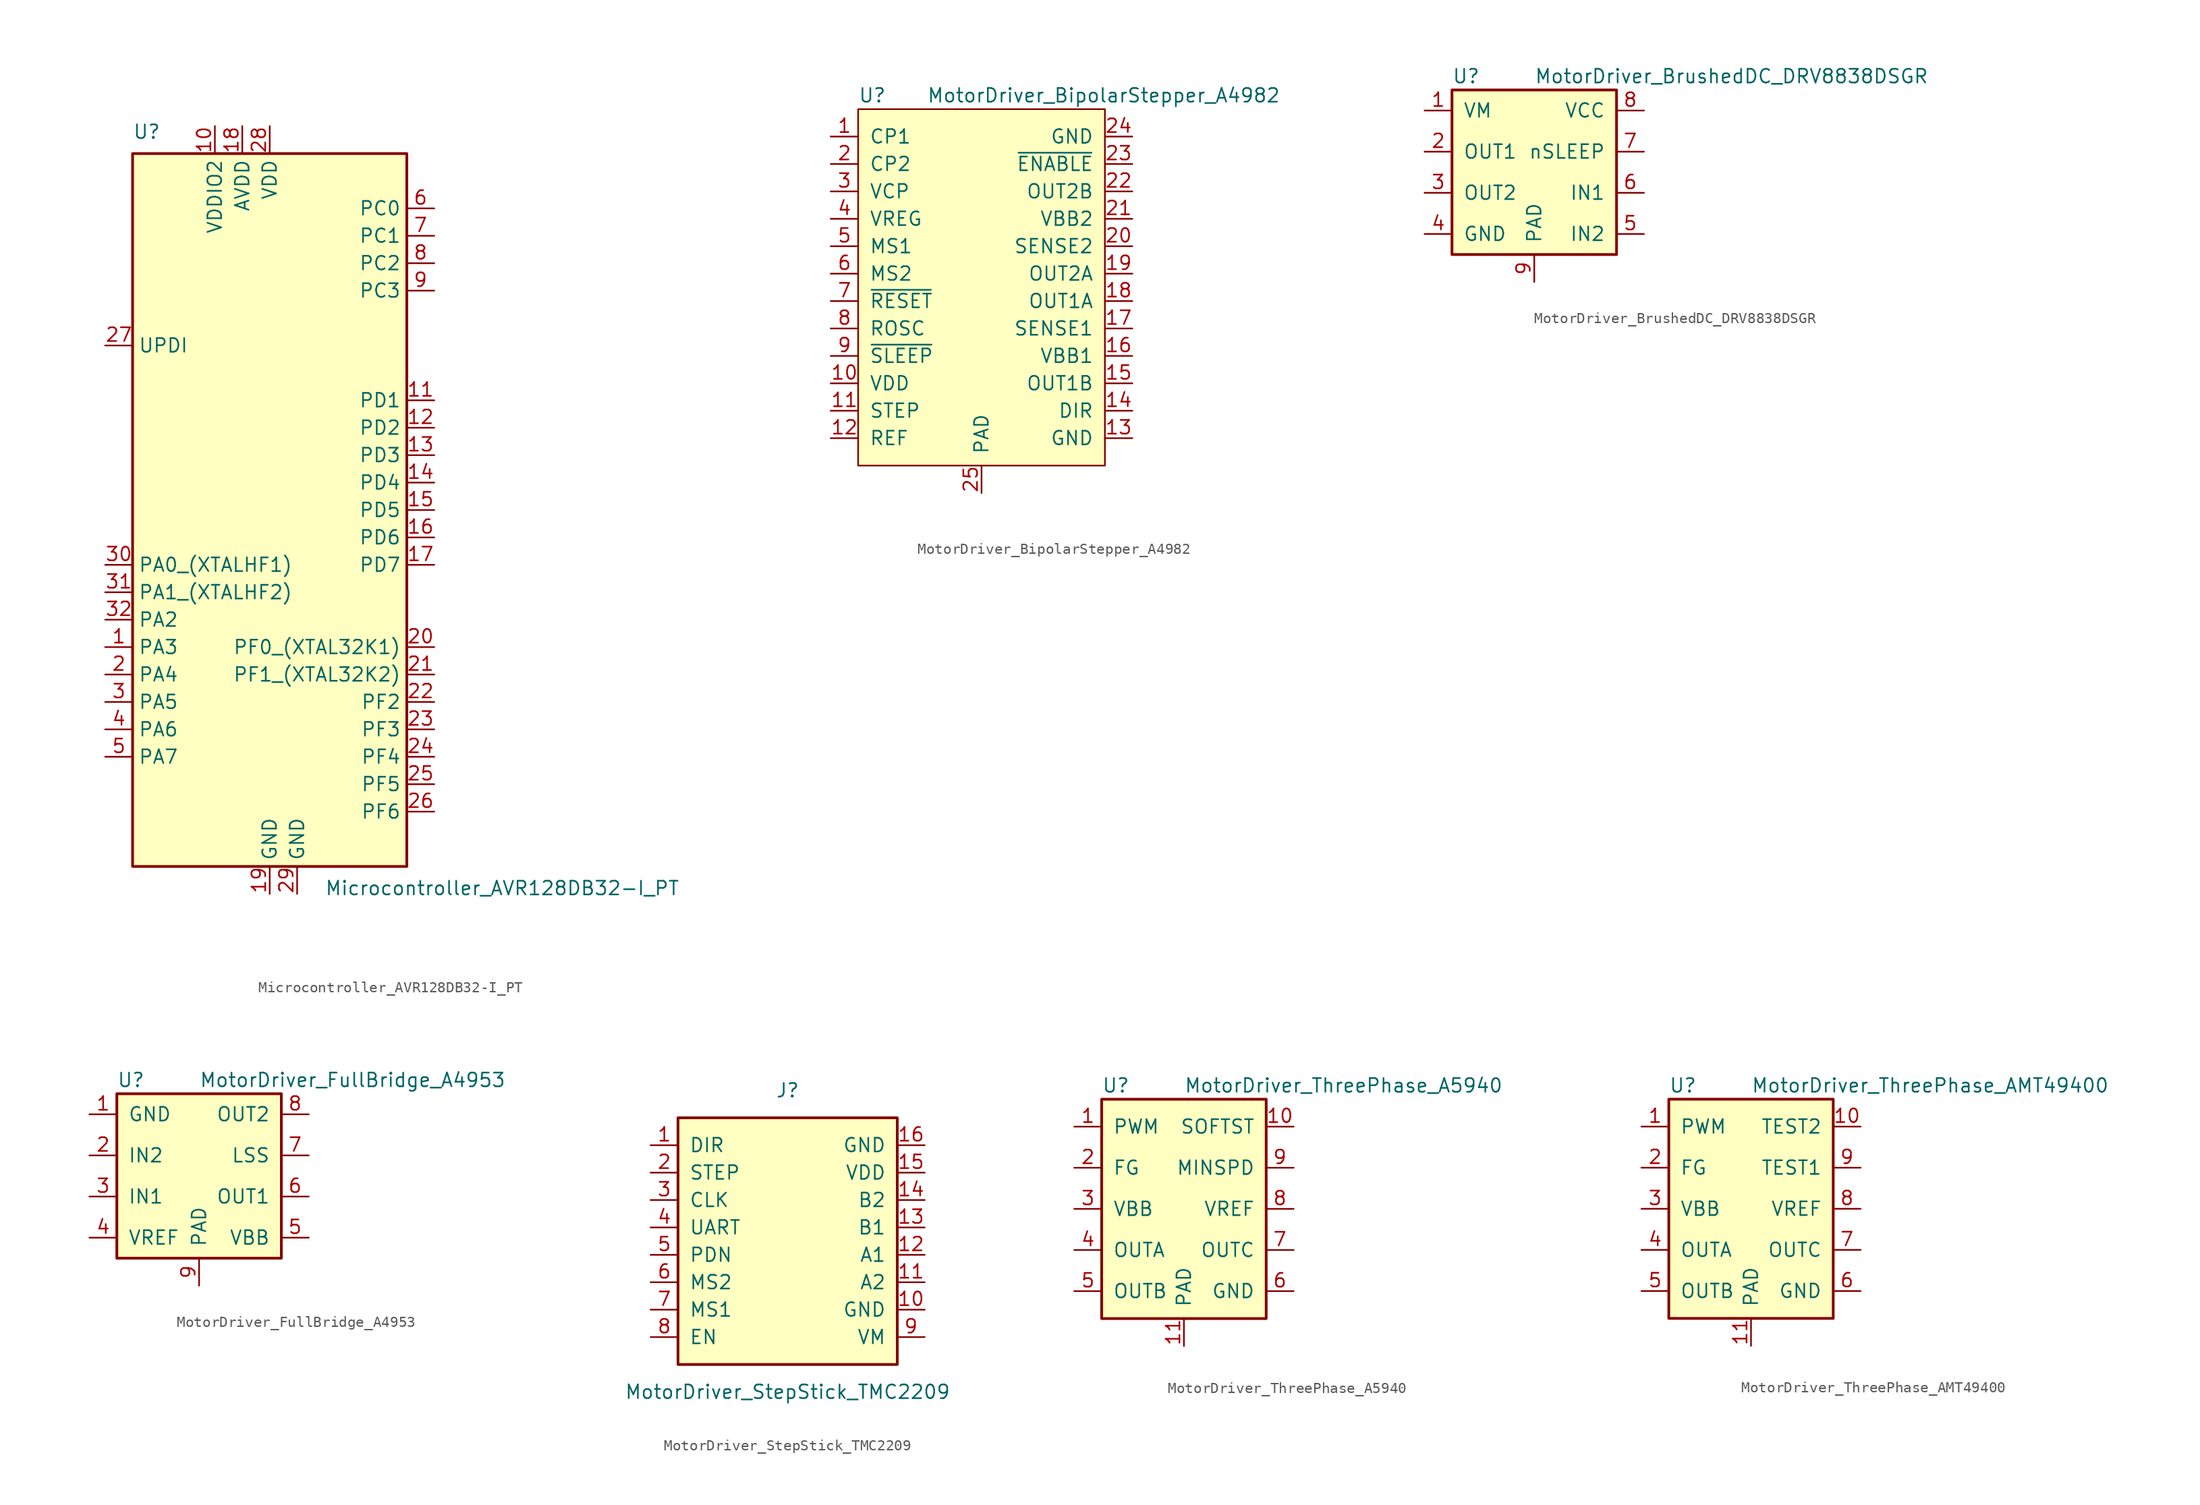
<source format=kicad_sym>
(kicad_symbol_lib
  (version 20220914)
  (generator kicad_symbol_editor)
  (symbol "Microcontroller_AVR128DB32-I_PT"
    (property "Reference" "U"
      (at -12.7 34.29 0)
      (effects (font (size 1.27 1.27)) (justify left bottom)))
    (property "Value" "Microcontroller_AVR128DB32-I_PT"
      (at 5.08 -34.29 0)
      (effects (font (size 1.27 1.27)) (justify left top)))
    (symbol "Microcontroller_AVR128DB32-I_PT_0_1"
      (rectangle (start -12.7 -33.02) (end 12.7 33.02) (stroke (width 0.254) (type solid)) (fill (type background))))
    (symbol "Microcontroller_AVR128DB32-I_PT_1_1"
      (pin bidirectional line (at -15.24 -12.7 0) (length 2.54) (name "PA3" (effects (font (size 1.27 1.27)))) (number "1" (effects (font (size 1.27 1.27)))))
      (pin power_in line (at -5.08 35.56 270) (length 2.54) (name "VDDIO2" (effects (font (size 1.27 1.27)))) (number "10" (effects (font (size 1.27 1.27)))))
      (pin bidirectional line (at 15.24 10.16 180) (length 2.54) (name "PD1" (effects (font (size 1.27 1.27)))) (number "11" (effects (font (size 1.27 1.27)))))
      (pin bidirectional line (at 15.24 7.62 180) (length 2.54) (name "PD2" (effects (font (size 1.27 1.27)))) (number "12" (effects (font (size 1.27 1.27)))))
      (pin bidirectional line (at 15.24 5.08 180) (length 2.54) (name "PD3" (effects (font (size 1.27 1.27)))) (number "13" (effects (font (size 1.27 1.27)))))
      (pin bidirectional line (at 15.24 2.54 180) (length 2.54) (name "PD4" (effects (font (size 1.27 1.27)))) (number "14" (effects (font (size 1.27 1.27)))))
      (pin bidirectional line (at 15.24 0 180) (length 2.54) (name "PD5" (effects (font (size 1.27 1.27)))) (number "15" (effects (font (size 1.27 1.27)))))
      (pin bidirectional line (at 15.24 -2.54 180) (length 2.54) (name "PD6" (effects (font (size 1.27 1.27)))) (number "16" (effects (font (size 1.27 1.27)))))
      (pin bidirectional line (at 15.24 -5.08 180) (length 2.54) (name "PD7" (effects (font (size 1.27 1.27)))) (number "17" (effects (font (size 1.27 1.27)))))
      (pin power_in line (at -2.54 35.56 270) (length 2.54) (name "AVDD" (effects (font (size 1.27 1.27)))) (number "18" (effects (font (size 1.27 1.27)))))
      (pin power_in line (at 0 -35.56 90) (length 2.54) (name "GND" (effects (font (size 1.27 1.27)))) (number "19" (effects (font (size 1.27 1.27)))))
      (pin bidirectional line (at -15.24 -15.24 0) (length 2.54) (name "PA4" (effects (font (size 1.27 1.27)))) (number "2" (effects (font (size 1.27 1.27)))))
      (pin bidirectional line (at 15.24 -12.7 180) (length 2.54) (name "PF0_(XTAL32K1)" (effects (font (size 1.27 1.27)))) (number "20" (effects (font (size 1.27 1.27)))))
      (pin bidirectional line (at 15.24 -15.24 180) (length 2.54) (name "PF1_(XTAL32K2)" (effects (font (size 1.27 1.27)))) (number "21" (effects (font (size 1.27 1.27)))))
      (pin bidirectional line (at 15.24 -17.78 180) (length 2.54) (name "PF2" (effects (font (size 1.27 1.27)))) (number "22" (effects (font (size 1.27 1.27)))))
      (pin bidirectional line (at 15.24 -20.32 180) (length 2.54) (name "PF3" (effects (font (size 1.27 1.27)))) (number "23" (effects (font (size 1.27 1.27)))))
      (pin bidirectional line (at 15.24 -22.86 180) (length 2.54) (name "PF4" (effects (font (size 1.27 1.27)))) (number "24" (effects (font (size 1.27 1.27)))))
      (pin bidirectional line (at 15.24 -25.4 180) (length 2.54) (name "PF5" (effects (font (size 1.27 1.27)))) (number "25" (effects (font (size 1.27 1.27)))))
      (pin bidirectional line (at 15.24 -27.94 180) (length 2.54) (name "PF6" (effects (font (size 1.27 1.27)))) (number "26" (effects (font (size 1.27 1.27)))))
      (pin bidirectional line (at -15.24 15.24 0) (length 2.54) (name "UPDI" (effects (font (size 1.27 1.27)))) (number "27" (effects (font (size 1.27 1.27)))))
      (pin power_in line (at 0 35.56 270) (length 2.54) (name "VDD" (effects (font (size 1.27 1.27)))) (number "28" (effects (font (size 1.27 1.27)))))
      (pin power_in line (at 2.54 -35.56 90) (length 2.54) (name "GND" (effects (font (size 1.27 1.27)))) (number "29" (effects (font (size 1.27 1.27)))))
      (pin bidirectional line (at -15.24 -17.78 0) (length 2.54) (name "PA5" (effects (font (size 1.27 1.27)))) (number "3" (effects (font (size 1.27 1.27)))))
      (pin bidirectional line (at -15.24 -5.08 0) (length 2.54) (name "PA0_(XTALHF1)" (effects (font (size 1.27 1.27)))) (number "30" (effects (font (size 1.27 1.27)))))
      (pin bidirectional line (at -15.24 -7.62 0) (length 2.54) (name "PA1_(XTALHF2)" (effects (font (size 1.27 1.27)))) (number "31" (effects (font (size 1.27 1.27)))))
      (pin bidirectional line (at -15.24 -10.16 0) (length 2.54) (name "PA2" (effects (font (size 1.27 1.27)))) (number "32" (effects (font (size 1.27 1.27)))))
      (pin bidirectional line (at -15.24 -20.32 0) (length 2.54) (name "PA6" (effects (font (size 1.27 1.27)))) (number "4" (effects (font (size 1.27 1.27)))))
      (pin bidirectional line (at -15.24 -22.86 0) (length 2.54) (name "PA7" (effects (font (size 1.27 1.27)))) (number "5" (effects (font (size 1.27 1.27)))))
      (pin bidirectional line (at 15.24 27.94 180) (length 2.54) (name "PC0" (effects (font (size 1.27 1.27)))) (number "6" (effects (font (size 1.27 1.27)))))
      (pin bidirectional line (at 15.24 25.4 180) (length 2.54) (name "PC1" (effects (font (size 1.27 1.27)))) (number "7" (effects (font (size 1.27 1.27)))))
      (pin bidirectional line (at 15.24 22.86 180) (length 2.54) (name "PC2" (effects (font (size 1.27 1.27)))) (number "8" (effects (font (size 1.27 1.27)))))
      (pin bidirectional line (at 15.24 20.32 180) (length 2.54) (name "PC3" (effects (font (size 1.27 1.27)))) (number "9" (effects (font (size 1.27 1.27)))))))
  (symbol "MotorDriver_BipolarStepper_A4982"
    (pin_names
      (offset 1.016))
    (property "Reference" "U"
      (at -11.43 17.78 0)
      (effects (font (size 1.27 1.27)) (justify left)))
    (property "Value" "MotorDriver_BipolarStepper_A4982"
      (at -5.08 17.78 0)
      (effects (font (size 1.27 1.27)) (justify left)))
    (symbol "MotorDriver_BipolarStepper_A4982_0_1"
      (rectangle (start -11.43 16.51) (end 11.43 -16.51) (stroke (width 0) (type solid)) (fill (type background))))
    (symbol "MotorDriver_BipolarStepper_A4982_1_1"
      (pin bidirectional line (at -13.97 13.97 0) (length 2.54) (name "CP1" (effects (font (size 1.27 1.27)))) (number "1" (effects (font (size 1.27 1.27)))))
      (pin power_in line (at -13.97 -8.89 0) (length 2.54) (name "VDD" (effects (font (size 1.27 1.27)))) (number "10" (effects (font (size 1.27 1.27)))))
      (pin input line (at -13.97 -11.43 0) (length 2.54) (name "STEP" (effects (font (size 1.27 1.27)))) (number "11" (effects (font (size 1.27 1.27)))))
      (pin input line (at -13.97 -13.97 0) (length 2.54) (name "REF" (effects (font (size 1.27 1.27)))) (number "12" (effects (font (size 1.27 1.27)))))
      (pin power_in line (at 13.97 -13.97 180) (length 2.54) (name "GND" (effects (font (size 1.27 1.27)))) (number "13" (effects (font (size 1.27 1.27)))))
      (pin input line (at 13.97 -11.43 180) (length 2.54) (name "DIR" (effects (font (size 1.27 1.27)))) (number "14" (effects (font (size 1.27 1.27)))))
      (pin output line (at 13.97 -8.89 180) (length 2.54) (name "OUT1B" (effects (font (size 1.27 1.27)))) (number "15" (effects (font (size 1.27 1.27)))))
      (pin power_in line (at 13.97 -6.35 180) (length 2.54) (name "VBB1" (effects (font (size 1.27 1.27)))) (number "16" (effects (font (size 1.27 1.27)))))
      (pin input line (at 13.97 -3.81 180) (length 2.54) (name "SENSE1" (effects (font (size 1.27 1.27)))) (number "17" (effects (font (size 1.27 1.27)))))
      (pin output line (at 13.97 -1.27 180) (length 2.54) (name "OUT1A" (effects (font (size 1.27 1.27)))) (number "18" (effects (font (size 1.27 1.27)))))
      (pin output line (at 13.97 1.27 180) (length 2.54) (name "OUT2A" (effects (font (size 1.27 1.27)))) (number "19" (effects (font (size 1.27 1.27)))))
      (pin bidirectional line (at -13.97 11.43 0) (length 2.54) (name "CP2" (effects (font (size 1.27 1.27)))) (number "2" (effects (font (size 1.27 1.27)))))
      (pin input line (at 13.97 3.81 180) (length 2.54) (name "SENSE2" (effects (font (size 1.27 1.27)))) (number "20" (effects (font (size 1.27 1.27)))))
      (pin power_in line (at 13.97 6.35 180) (length 2.54) (name "VBB2" (effects (font (size 1.27 1.27)))) (number "21" (effects (font (size 1.27 1.27)))))
      (pin output line (at 13.97 8.89 180) (length 2.54) (name "OUT2B" (effects (font (size 1.27 1.27)))) (number "22" (effects (font (size 1.27 1.27)))))
      (pin input line (at 13.97 11.43 180) (length 2.54) (name "~{ENABLE}" (effects (font (size 1.27 1.27)))) (number "23" (effects (font (size 1.27 1.27)))))
      (pin power_in line (at 13.97 13.97 180) (length 2.54) (name "GND" (effects (font (size 1.27 1.27)))) (number "24" (effects (font (size 1.27 1.27)))))
      (pin input line (at 0 -19.05 90) (length 2.54) (name "PAD" (effects (font (size 1.27 1.27)))) (number "25" (effects (font (size 1.27 1.27)))))
      (pin bidirectional line (at -13.97 8.89 0) (length 2.54) (name "VCP" (effects (font (size 1.27 1.27)))) (number "3" (effects (font (size 1.27 1.27)))))
      (pin input line (at -13.97 6.35 0) (length 2.54) (name "VREG" (effects (font (size 1.27 1.27)))) (number "4" (effects (font (size 1.27 1.27)))))
      (pin input line (at -13.97 3.81 0) (length 2.54) (name "MS1" (effects (font (size 1.27 1.27)))) (number "5" (effects (font (size 1.27 1.27)))))
      (pin input line (at -13.97 1.27 0) (length 2.54) (name "MS2" (effects (font (size 1.27 1.27)))) (number "6" (effects (font (size 1.27 1.27)))))
      (pin input line (at -13.97 -1.27 0) (length 2.54) (name "~{RESET}" (effects (font (size 1.27 1.27)))) (number "7" (effects (font (size 1.27 1.27)))))
      (pin input line (at -13.97 -3.81 0) (length 2.54) (name "ROSC" (effects (font (size 1.27 1.27)))) (number "8" (effects (font (size 1.27 1.27)))))
      (pin input line (at -13.97 -6.35 0) (length 2.54) (name "~{SLEEP}" (effects (font (size 1.27 1.27)))) (number "9" (effects (font (size 1.27 1.27)))))))
  (symbol "MotorDriver_BrushedDC_DRV8838DSGR"
    (pin_names
      (offset 1.016))
    (property "Reference" "U"
      (at -7.62 8.89 0)
      (effects (font (size 1.27 1.27)) (justify left)))
    (property "Value" "MotorDriver_BrushedDC_DRV8838DSGR"
      (at 0 8.89 0)
      (effects (font (size 1.27 1.27)) (justify left)))
    (symbol "MotorDriver_BrushedDC_DRV8838DSGR_0_1"
      (rectangle (start -7.62 7.62) (end 7.62 -7.62) (stroke (width 0.254) (type solid)) (fill (type background))))
    (symbol "MotorDriver_BrushedDC_DRV8838DSGR_1_1"
      (pin power_in line (at -10.16 5.715 0) (length 2.54) (name "VM" (effects (font (size 1.27 1.27)))) (number "1" (effects (font (size 1.27 1.27)))))
      (pin input line (at -10.16 1.905 0) (length 2.54) (name "OUT1" (effects (font (size 1.27 1.27)))) (number "2" (effects (font (size 1.27 1.27)))))
      (pin input line (at -10.16 -1.905 0) (length 2.54) (name "OUT2" (effects (font (size 1.27 1.27)))) (number "3" (effects (font (size 1.27 1.27)))))
      (pin passive line (at -10.16 -5.715 0) (length 2.54) (name "GND" (effects (font (size 1.27 1.27)))) (number "4" (effects (font (size 1.27 1.27)))))
      (pin power_in line (at 10.16 -5.715 180) (length 2.54) (name "IN2" (effects (font (size 1.27 1.27)))) (number "5" (effects (font (size 1.27 1.27)))))
      (pin power_out line (at 10.16 -1.905 180) (length 2.54) (name "IN1" (effects (font (size 1.27 1.27)))) (number "6" (effects (font (size 1.27 1.27)))))
      (pin power_in line (at 10.16 1.905 180) (length 2.54) (name "nSLEEP" (effects (font (size 1.27 1.27)))) (number "7" (effects (font (size 1.27 1.27)))))
      (pin power_out line (at 10.16 5.715 180) (length 2.54) (name "VCC" (effects (font (size 1.27 1.27)))) (number "8" (effects (font (size 1.27 1.27)))))
      (pin power_in line (at 0 -10.16 90) (length 2.54) (name "PAD" (effects (font (size 1.27 1.27)))) (number "9" (effects (font (size 1.27 1.27)))))))
  (symbol "MotorDriver_FullBridge_A4953"
    (pin_names
      (offset 1.016))
    (property "Reference" "U"
      (at -7.62 8.89 0)
      (effects (font (size 1.27 1.27)) (justify left)))
    (property "Value" "MotorDriver_FullBridge_A4953"
      (at 0 8.89 0)
      (effects (font (size 1.27 1.27)) (justify left)))
    (symbol "MotorDriver_FullBridge_A4953_0_1"
      (rectangle (start -7.62 7.62) (end 7.62 -7.62) (stroke (width 0.254) (type solid)) (fill (type background))))
    (symbol "MotorDriver_FullBridge_A4953_1_1"
      (pin power_in line (at -10.16 5.715 0) (length 2.54) (name "GND" (effects (font (size 1.27 1.27)))) (number "1" (effects (font (size 1.27 1.27)))))
      (pin input line (at -10.16 1.905 0) (length 2.54) (name "IN2" (effects (font (size 1.27 1.27)))) (number "2" (effects (font (size 1.27 1.27)))))
      (pin input line (at -10.16 -1.905 0) (length 2.54) (name "IN1" (effects (font (size 1.27 1.27)))) (number "3" (effects (font (size 1.27 1.27)))))
      (pin power_in line (at -10.16 -5.715 0) (length 2.54) (name "VREF" (effects (font (size 1.27 1.27)))) (number "4" (effects (font (size 1.27 1.27)))))
      (pin power_in line (at 10.16 -5.715 180) (length 2.54) (name "VBB" (effects (font (size 1.27 1.27)))) (number "5" (effects (font (size 1.27 1.27)))))
      (pin power_out line (at 10.16 -1.905 180) (length 2.54) (name "OUT1" (effects (font (size 1.27 1.27)))) (number "6" (effects (font (size 1.27 1.27)))))
      (pin input line (at 10.16 1.905 180) (length 2.54) (name "LSS" (effects (font (size 1.27 1.27)))) (number "7" (effects (font (size 1.27 1.27)))))
      (pin power_out line (at 10.16 5.715 180) (length 2.54) (name "OUT2" (effects (font (size 1.27 1.27)))) (number "8" (effects (font (size 1.27 1.27)))))
      (pin power_in line (at 0 -10.16 90) (length 2.54) (name "PAD" (effects (font (size 1.27 1.27)))) (number "9" (effects (font (size 1.27 1.27)))))))
  (symbol "MotorDriver_StepStick_TMC2209"
    (pin_names
      (offset 1.016))
    (property "Reference" "J"
      (at 0 12.7 0)
      (effects (font (size 1.27 1.27))))
    (property "Value" "MotorDriver_StepStick_TMC2209"
      (at 0 -15.24 0)
      (effects (font (size 1.27 1.27))))
    (symbol "MotorDriver_StepStick_TMC2209_0_1"
      (rectangle (start -10.16 10.16) (end 10.16 -12.7) (stroke (width 0.254) (type solid)) (fill (type background))))
    (symbol "MotorDriver_StepStick_TMC2209_1_1"
      (pin input line (at -12.7 7.62 0) (length 2.54) (name "DIR" (effects (font (size 1.27 1.27)))) (number "1" (effects (font (size 1.27 1.27)))))
      (pin power_in line (at 12.7 -7.62 180) (length 2.54) (name "GND" (effects (font (size 1.27 1.27)))) (number "10" (effects (font (size 1.27 1.27)))))
      (pin output line (at 12.7 -5.08 180) (length 2.54) (name "A2" (effects (font (size 1.27 1.27)))) (number "11" (effects (font (size 1.27 1.27)))))
      (pin output line (at 12.7 -2.54 180) (length 2.54) (name "A1" (effects (font (size 1.27 1.27)))) (number "12" (effects (font (size 1.27 1.27)))))
      (pin output line (at 12.7 0 180) (length 2.54) (name "B1" (effects (font (size 1.27 1.27)))) (number "13" (effects (font (size 1.27 1.27)))))
      (pin output line (at 12.7 2.54 180) (length 2.54) (name "B2" (effects (font (size 1.27 1.27)))) (number "14" (effects (font (size 1.27 1.27)))))
      (pin power_in line (at 12.7 5.08 180) (length 2.54) (name "VDD" (effects (font (size 1.27 1.27)))) (number "15" (effects (font (size 1.27 1.27)))))
      (pin power_in line (at 12.7 7.62 180) (length 2.54) (name "GND" (effects (font (size 1.27 1.27)))) (number "16" (effects (font (size 1.27 1.27)))))
      (pin input line (at -12.7 5.08 0) (length 2.54) (name "STEP" (effects (font (size 1.27 1.27)))) (number "2" (effects (font (size 1.27 1.27)))))
      (pin input line (at -12.7 2.54 0) (length 2.54) (name "CLK" (effects (font (size 1.27 1.27)))) (number "3" (effects (font (size 1.27 1.27)))))
      (pin bidirectional line (at -12.7 0 0) (length 2.54) (name "UART" (effects (font (size 1.27 1.27)))) (number "4" (effects (font (size 1.27 1.27)))))
      (pin input line (at -12.7 -2.54 0) (length 2.54) (name "PDN" (effects (font (size 1.27 1.27)))) (number "5" (effects (font (size 1.27 1.27)))))
      (pin input line (at -12.7 -5.08 0) (length 2.54) (name "MS2" (effects (font (size 1.27 1.27)))) (number "6" (effects (font (size 1.27 1.27)))))
      (pin input line (at -12.7 -7.62 0) (length 2.54) (name "MS1" (effects (font (size 1.27 1.27)))) (number "7" (effects (font (size 1.27 1.27)))))
      (pin input line (at -12.7 -10.16 0) (length 2.54) (name "EN" (effects (font (size 1.27 1.27)))) (number "8" (effects (font (size 1.27 1.27)))))
      (pin power_in line (at 12.7 -10.16 180) (length 2.54) (name "VM" (effects (font (size 1.27 1.27)))) (number "9" (effects (font (size 1.27 1.27)))))))
  (symbol "MotorDriver_ThreePhase_A5940"
    (pin_names
      (offset 1.016))
    (property "Reference" "U"
      (at -7.62 11.43 0)
      (effects (font (size 1.27 1.27)) (justify left)))
    (property "Value" "MotorDriver_ThreePhase_A5940"
      (at 0 11.43 0)
      (effects (font (size 1.27 1.27)) (justify left)))
    (symbol "MotorDriver_ThreePhase_A5940_0_1"
      (rectangle (start -7.62 10.16) (end 7.62 -10.16) (stroke (width 0.254) (type solid)) (fill (type background))))
    (symbol "MotorDriver_ThreePhase_A5940_1_1"
      (pin input line (at -10.16 7.62 0) (length 2.54) (name "PWM" (effects (font (size 1.27 1.27)))) (number "1" (effects (font (size 1.27 1.27)))))
      (pin input line (at 10.16 7.62 180) (length 2.54) (name "SOFTST" (effects (font (size 1.27 1.27)))) (number "10" (effects (font (size 1.27 1.27)))))
      (pin power_in line (at 0 -12.7 90) (length 2.54) (name "PAD" (effects (font (size 1.27 1.27)))) (number "11" (effects (font (size 1.27 1.27)))))
      (pin output line (at -10.16 3.81 0) (length 2.54) (name "FG" (effects (font (size 1.27 1.27)))) (number "2" (effects (font (size 1.27 1.27)))))
      (pin power_in line (at -10.16 0 0) (length 2.54) (name "VBB" (effects (font (size 1.27 1.27)))) (number "3" (effects (font (size 1.27 1.27)))))
      (pin output line (at -10.16 -3.81 0) (length 2.54) (name "OUTA" (effects (font (size 1.27 1.27)))) (number "4" (effects (font (size 1.27 1.27)))))
      (pin output line (at -10.16 -7.62 0) (length 2.54) (name "OUTB" (effects (font (size 1.27 1.27)))) (number "5" (effects (font (size 1.27 1.27)))))
      (pin power_in line (at 10.16 -7.62 180) (length 2.54) (name "GND" (effects (font (size 1.27 1.27)))) (number "6" (effects (font (size 1.27 1.27)))))
      (pin output line (at 10.16 -3.81 180) (length 2.54) (name "OUTC" (effects (font (size 1.27 1.27)))) (number "7" (effects (font (size 1.27 1.27)))))
      (pin output line (at 10.16 0 180) (length 2.54) (name "VREF" (effects (font (size 1.27 1.27)))) (number "8" (effects (font (size 1.27 1.27)))))
      (pin input line (at 10.16 3.81 180) (length 2.54) (name "MINSPD" (effects (font (size 1.27 1.27)))) (number "9" (effects (font (size 1.27 1.27)))))))
  (symbol "MotorDriver_ThreePhase_AMT49400"
    (pin_names
      (offset 1.016))
    (property "Reference" "U"
      (at -7.62 11.43 0)
      (effects (font (size 1.27 1.27)) (justify left)))
    (property "Value" "MotorDriver_ThreePhase_AMT49400"
      (at 0 11.43 0)
      (effects (font (size 1.27 1.27)) (justify left)))
    (symbol "MotorDriver_ThreePhase_AMT49400_0_1"
      (rectangle (start -7.62 10.16) (end 7.62 -10.16) (stroke (width 0.254) (type solid)) (fill (type background))))
    (symbol "MotorDriver_ThreePhase_AMT49400_1_1"
      (pin input line (at -10.16 7.62 0) (length 2.54) (name "PWM" (effects (font (size 1.27 1.27)))) (number "1" (effects (font (size 1.27 1.27)))))
      (pin unspecified line (at 10.16 7.62 180) (length 2.54) (name "TEST2" (effects (font (size 1.27 1.27)))) (number "10" (effects (font (size 1.27 1.27)))))
      (pin power_in line (at 0 -12.7 90) (length 2.54) (name "PAD" (effects (font (size 1.27 1.27)))) (number "11" (effects (font (size 1.27 1.27)))))
      (pin output line (at -10.16 3.81 0) (length 2.54) (name "FG" (effects (font (size 1.27 1.27)))) (number "2" (effects (font (size 1.27 1.27)))))
      (pin power_in line (at -10.16 0 0) (length 2.54) (name "VBB" (effects (font (size 1.27 1.27)))) (number "3" (effects (font (size 1.27 1.27)))))
      (pin output line (at -10.16 -3.81 0) (length 2.54) (name "OUTA" (effects (font (size 1.27 1.27)))) (number "4" (effects (font (size 1.27 1.27)))))
      (pin output line (at -10.16 -7.62 0) (length 2.54) (name "OUTB" (effects (font (size 1.27 1.27)))) (number "5" (effects (font (size 1.27 1.27)))))
      (pin power_in line (at 10.16 -7.62 180) (length 2.54) (name "GND" (effects (font (size 1.27 1.27)))) (number "6" (effects (font (size 1.27 1.27)))))
      (pin output line (at 10.16 -3.81 180) (length 2.54) (name "OUTC" (effects (font (size 1.27 1.27)))) (number "7" (effects (font (size 1.27 1.27)))))
      (pin output line (at 10.16 0 180) (length 2.54) (name "VREF" (effects (font (size 1.27 1.27)))) (number "8" (effects (font (size 1.27 1.27)))))
      (pin unspecified line (at 10.16 3.81 180) (length 2.54) (name "TEST1" (effects (font (size 1.27 1.27)))) (number "9" (effects (font (size 1.27 1.27))))))))
</source>
